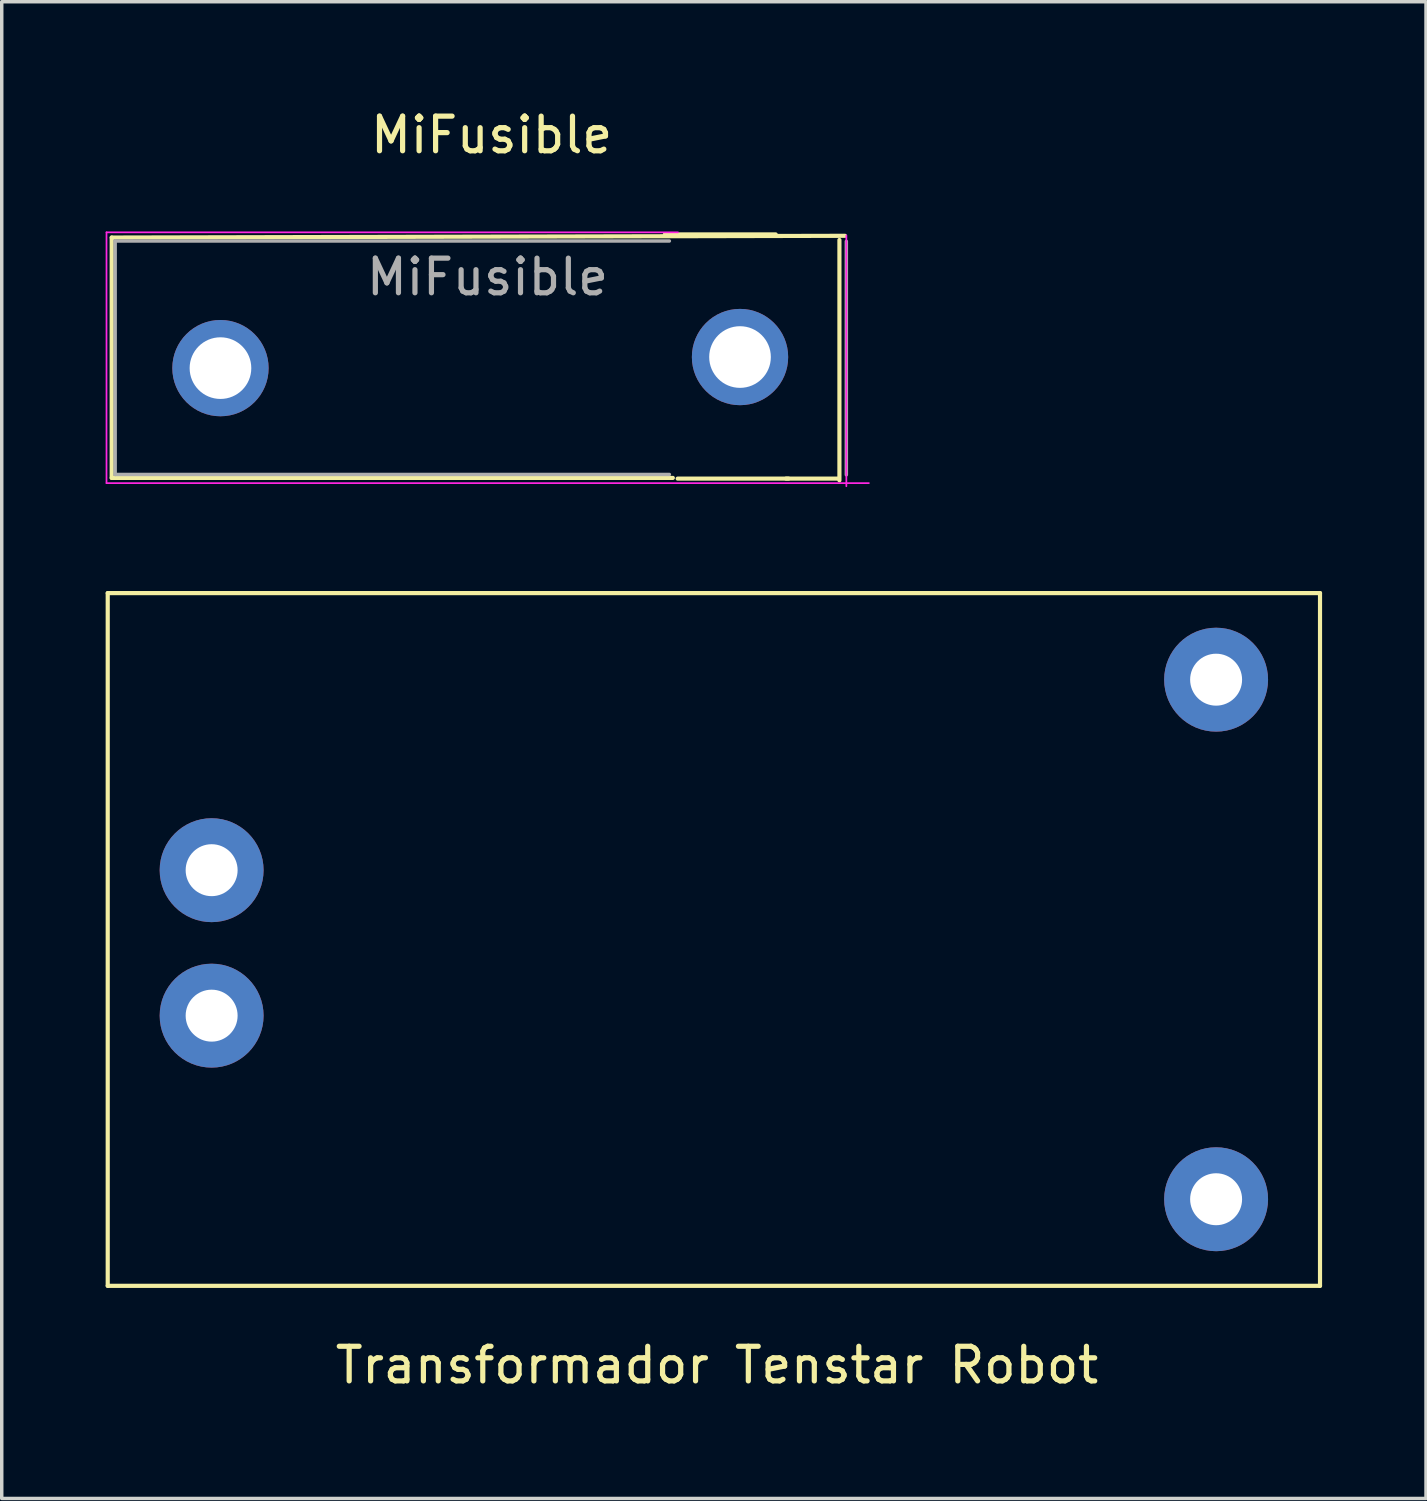
<source format=kicad_pcb>
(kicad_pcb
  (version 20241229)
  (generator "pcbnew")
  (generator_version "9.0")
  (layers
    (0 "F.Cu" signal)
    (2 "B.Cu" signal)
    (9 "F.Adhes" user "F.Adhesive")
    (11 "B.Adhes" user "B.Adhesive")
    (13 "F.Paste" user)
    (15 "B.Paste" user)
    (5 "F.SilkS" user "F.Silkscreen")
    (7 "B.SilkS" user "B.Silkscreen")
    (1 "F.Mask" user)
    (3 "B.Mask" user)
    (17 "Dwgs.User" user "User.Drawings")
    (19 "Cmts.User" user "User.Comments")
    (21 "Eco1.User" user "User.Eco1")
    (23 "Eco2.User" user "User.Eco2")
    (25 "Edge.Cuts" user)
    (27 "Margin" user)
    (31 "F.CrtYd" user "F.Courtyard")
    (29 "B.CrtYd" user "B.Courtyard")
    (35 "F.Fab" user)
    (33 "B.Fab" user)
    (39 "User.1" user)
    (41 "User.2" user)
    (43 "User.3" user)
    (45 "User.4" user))
  (footprint "Transformador Tenstar Robot"
    (layer "F.Cu")
    (at 17.56 24.073)
    (property "Reference" "Transformador Tenstar Robot" (at 0.09 12.29 0) (layer "F.SilkS") (effects (font (size 1 1) (thickness 0.15))))
    (attr through_hole)
    (fp_line (start -17.5 -10) (end 17.5 -10) (stroke (width 0.12) (type solid)) (layer "F.SilkS"))
    (fp_line (start -17.5 10) (end -17.5 -10) (stroke (width 0.12) (type solid)) (layer "F.SilkS"))
    (fp_line (start 17.5 -10) (end 17.5 10) (stroke (width 0.12) (type solid)) (layer "F.SilkS"))
    (fp_line (start 17.5 10) (end -17.5 10) (stroke (width 0.12) (type solid)) (layer "F.SilkS"))
    (pad "0" thru_hole circle (at -14.5 2.2) (size 3 3) (drill oval 1.5) (layers "*.Cu" "*.Mask"))
    (pad "1" thru_hole circle (at -14.5 -2) (size 3 3) (drill oval 1.5) (layers "*.Cu" "*.Mask"))
    (pad "2" thru_hole circle (at 14.5 -7.5) (size 3 3) (drill oval 1.5) (layers "*.Cu" "*.Mask"))
    (pad "3" thru_hole circle (at 14.5 7.5) (size 3 3) (drill oval 1.5) (layers "*.Cu" "*.Mask")))
  (footprint "MiFusible"
    (layer "F.Cu")
    (at 10.965 7.278)
    (property "Reference" "MiFusible" (at 0.18 -6.43 0) (layer "F.SilkS") (effects (font (size 1 1) (thickness 0.15))))
    (attr through_hole)
    (fp_line (start -10.79 -3.47) (end -10.79 3.47) (stroke (width 0.12) (type solid)) (layer "F.SilkS"))
    (fp_line (start -10.79 3.47) (end 5.41 3.47) (stroke (width 0.12) (type solid)) (layer "F.SilkS"))
    (fp_line (start 5.18 -3.56) (end 8.38 -3.56) (stroke (width 0.12) (type solid)) (layer "F.SilkS"))
    (fp_line (start 8.68 3.49) (end 10.18 3.49) (stroke (width 0.12) (type solid)) (layer "F.SilkS"))
    (fp_line (start 8.75 3.49) (end 5.55 3.49) (stroke (width 0.12) (type solid)) (layer "F.SilkS"))
    (fp_line (start 10.22 3.54) (end 10.22 -3.4) (stroke (width 0.12) (type solid)) (layer "F.SilkS"))
    (fp_line (start 10.38 -3.52) (end -10.79 -3.47) (stroke (width 0.12) (type solid)) (layer "F.SilkS"))
    (fp_line (start -10.94 -3.62) (end -10.94 3.62) (stroke (width 0.05) (type solid)) (layer "F.CrtYd"))
    (fp_line (start -10.94 3.62) (end 11.07 3.62) (stroke (width 0.05) (type solid)) (layer "F.CrtYd"))
    (fp_line (start 5.56 -3.62) (end -10.94 -3.62) (stroke (width 0.05) (type solid)) (layer "F.CrtYd"))
    (fp_line (start 10.42 3.71) (end 10.42 -3.53) (stroke (width 0.05) (type solid)) (layer "F.CrtYd"))
    (fp_line (start -10.69 -3.37) (end -10.69 3.37) (stroke (width 0.1) (type solid)) (layer "F.Fab"))
    (fp_line (start -10.69 3.37) (end 5.31 3.37) (stroke (width 0.1) (type solid)) (layer "F.Fab"))
    (fp_line (start 5.31 -3.37) (end -10.69 -3.37) (stroke (width 0.1) (type solid)) (layer "F.Fab"))
    (fp_line (start 10.42 3.38) (end 10.42 -3.36) (stroke (width 0.1) (type solid)) (layer "F.Fab"))
    (fp_text user "${REFERENCE}" (at 0.06 -2.33 0) (layer "F.Fab") (effects (font (size 1 1) (thickness 0.15))))
    (pad "1" thru_hole circle (at -7.65 0.3) (size 2.78 2.78) (drill 1.78) (layers "*.Cu" "*.Mask"))
    (pad "2" thru_hole circle (at 7.35 -0.02) (size 2.78 2.78) (drill 1.78) (layers "*.Cu" "*.Mask")))
  (gr_rect
    (start -3 -3)
    (end 38.12 40.212)
    (stroke (width 0.1) (type default))
    (fill no)
    (layer "Edge.Cuts")))
</source>
